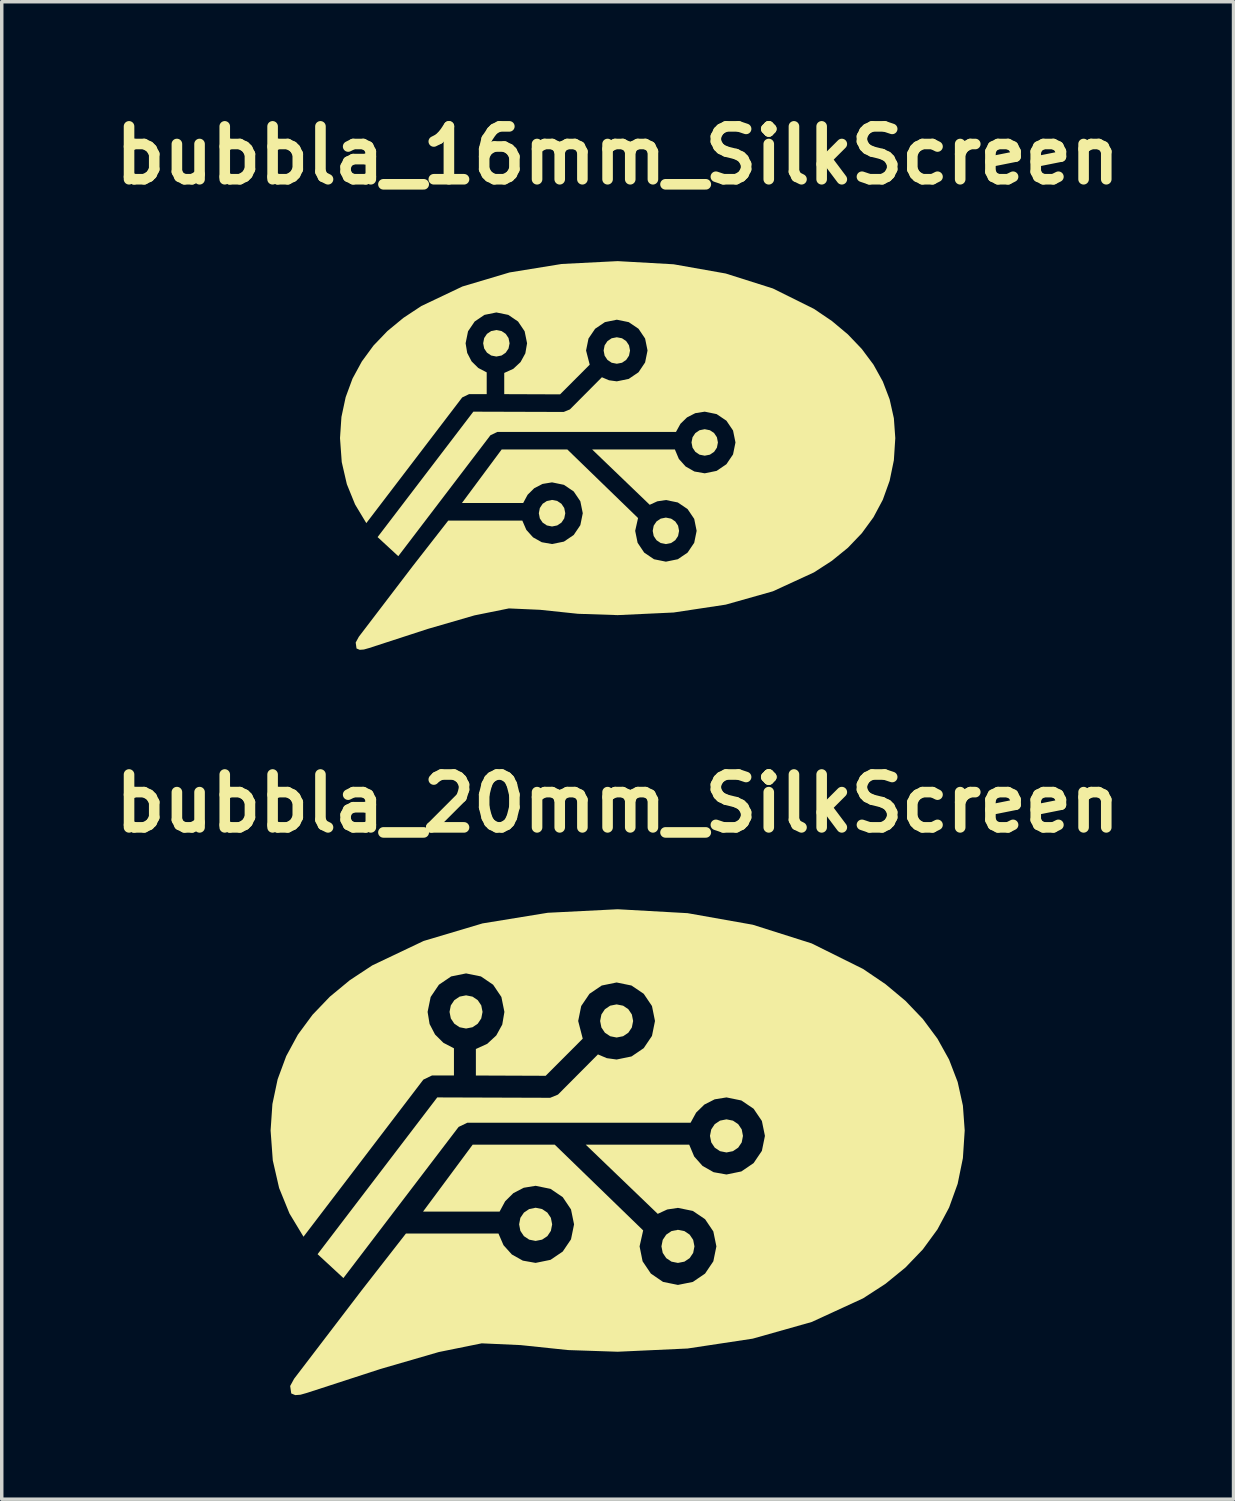
<source format=kicad_pcb>
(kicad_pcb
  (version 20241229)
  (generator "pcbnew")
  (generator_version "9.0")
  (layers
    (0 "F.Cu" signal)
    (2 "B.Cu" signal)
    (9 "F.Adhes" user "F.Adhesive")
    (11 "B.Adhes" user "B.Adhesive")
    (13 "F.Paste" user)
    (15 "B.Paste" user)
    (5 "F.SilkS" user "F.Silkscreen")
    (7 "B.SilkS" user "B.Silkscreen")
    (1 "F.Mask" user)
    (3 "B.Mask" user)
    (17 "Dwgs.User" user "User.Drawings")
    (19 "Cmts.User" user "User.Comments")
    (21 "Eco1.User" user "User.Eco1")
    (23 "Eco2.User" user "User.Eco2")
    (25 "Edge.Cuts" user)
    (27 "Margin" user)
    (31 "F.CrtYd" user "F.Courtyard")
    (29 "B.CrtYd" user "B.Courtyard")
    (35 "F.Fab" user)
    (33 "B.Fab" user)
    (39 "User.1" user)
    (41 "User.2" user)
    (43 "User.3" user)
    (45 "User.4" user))
  (footprint "bubbla_20mm_SilkScreen"
    (layer "F.Cu")
    (at 14.747 30.149)
    (property "Reference" "bubbla_20mm_SilkScreen" (at 0 -10.048 0) (layer "F.SilkS") (effects (font (size 1.524 1.524) (thickness 0.305))))
    (attr exclude_from_pos_files exclude_from_bom)
    (fp_poly (pts (xy -4.368 -4.519) (xy -4.555 -4.482) (xy -4.706 -4.38) (xy -4.807 -4.229) (xy -4.844 -4.042) (xy -4.807 -3.854) (xy -4.706 -3.702) (xy -4.555 -3.6) (xy -4.368 -3.563) (xy -4.182 -3.6) (xy -4.031 -3.702) (xy -3.93 -3.854) (xy -3.893 -4.042) (xy -3.93 -4.229) (xy -4.031 -4.38) (xy -4.182 -4.482) (xy -4.368 -4.519)) (stroke (width 0) (type solid)) (fill yes) (layer "F.SilkS"))
    (fp_poly (pts (xy -0.03 -4.258) (xy -0.216 -4.221) (xy -0.367 -4.119) (xy -0.468 -3.968) (xy -0.505 -3.78) (xy -0.468 -3.593) (xy -0.367 -3.442) (xy -0.216 -3.341) (xy -0.03 -3.304) (xy 0.157 -3.341) (xy 0.308 -3.442) (xy 0.409 -3.593) (xy 0.446 -3.78) (xy 0.409 -3.968) (xy 0.308 -4.119) (xy 0.157 -4.221) (xy -0.03 -4.258)) (stroke (width 0) (type solid)) (fill yes) (layer "F.SilkS"))
    (fp_poly (pts (xy -2.364 1.601) (xy -2.55 1.639) (xy -2.701 1.741) (xy -2.803 1.892) (xy -2.839 2.08) (xy -2.803 2.267) (xy -2.701 2.419) (xy -2.55 2.52) (xy -2.364 2.557) (xy -2.177 2.52) (xy -2.025 2.419) (xy -1.924 2.267) (xy -1.887 2.08) (xy -1.924 1.892) (xy -2.025 1.741) (xy -2.177 1.639) (xy -2.364 1.601) (xy -2.364 1.601)) (stroke (width 0) (type solid)) (fill yes) (layer "F.SilkS"))
    (fp_poly (pts (xy 1.737 2.237) (xy 1.551 2.274) (xy 1.4 2.376) (xy 1.299 2.527) (xy 1.262 2.714) (xy 1.299 2.902) (xy 1.4 3.053) (xy 1.551 3.154) (xy 1.737 3.191) (xy 1.924 3.154) (xy 2.075 3.053) (xy 2.176 2.902) (xy 2.213 2.714) (xy 2.176 2.527) (xy 2.075 2.376) (xy 1.924 2.274) (xy 1.737 2.237) (xy 1.737 2.237)) (stroke (width 0) (type solid)) (fill yes) (layer "F.SilkS"))
    (fp_poly (pts (xy 3.136 -0.946) (xy 2.949 -0.909) (xy 2.798 -0.808) (xy 2.697 -0.656) (xy 2.66 -0.469) (xy 2.697 -0.282) (xy 2.798 -0.13) (xy 2.949 -0.029) (xy 3.136 0.008) (xy 3.322 -0.029) (xy 3.473 -0.13) (xy 3.575 -0.282) (xy 3.611 -0.469) (xy 3.575 -0.656) (xy 3.473 -0.808) (xy 3.322 -0.909) (xy 3.136 -0.946) (xy 3.136 -0.946)) (stroke (width 0) (type solid)) (fill yes) (layer "F.SilkS"))
    (fp_poly (pts (xy -0.00016 -7) (xy -2.016 -6.898) (xy -3.893 -6.592) (xy -5.591 -6.086) (xy -7.071 -5.382) (xy -7.717 -4.956) (xy -8.292 -4.481) (xy -8.793 -3.958) (xy -9.214 -3.387) (xy -9.55 -2.768) (xy -9.797 -2.101) (xy -9.948 -1.386) (xy -10 -0.625) (xy -9.937 0.237) (xy -9.754 1.034) (xy -9.456 1.767) (xy -9.052 2.436) (xy -5.599 -2.09) (xy -5.35 -2.21) (xy -4.717 -2.21) (xy -4.717 -2.993) (xy -5.02 -3.151) (xy -5.261 -3.39) (xy -5.419 -3.693) (xy -5.476 -4.042) (xy -5.388 -4.472) (xy -5.15 -4.825) (xy -4.798 -5.064) (xy -4.368 -5.151) (xy -3.939 -5.064) (xy -3.588 -4.825) (xy -3.35 -4.472) (xy -3.263 -4.042) (xy -3.325 -3.677) (xy -3.497 -3.364) (xy -3.758 -3.122) (xy -4.085 -2.973) (xy -4.085 -2.209) (xy -2.074 -2.201) (xy -1.006 -3.271) (xy -1.137 -3.78) (xy -1.05 -4.211) (xy -0.811 -4.564) (xy -0.459 -4.802) (xy -0.03 -4.89) (xy 0.399 -4.802) (xy 0.751 -4.564) (xy 0.989 -4.211) (xy 1.076 -3.78) (xy 0.989 -3.35) (xy 0.751 -2.997) (xy 0.399 -2.758) (xy -0.03 -2.67) (xy -0.312 -2.709) (xy -0.568 -2.817) (xy -1.72 -1.659) (xy -1.944 -1.567) (xy -5.198 -1.578) (xy -8.646 2.939) (xy -7.902 3.627) (xy -4.582 -0.728) (xy -4.332 -0.848) (xy 2.101 -0.848) (xy 2.262 -1.141) (xy 2.499 -1.372) (xy 2.796 -1.523) (xy 3.136 -1.578) (xy 3.565 -1.49) (xy 3.917 -1.252) (xy 4.156 -0.899) (xy 4.244 -0.469) (xy 4.156 -0.038) (xy 3.917 0.315) (xy 3.565 0.555) (xy 3.136 0.643) (xy 2.765 0.577) (xy 2.447 0.397) (xy 2.205 0.124) (xy 2.062 -0.216) (xy -0.919 -0.216) (xy 1.155 1.777) (xy 1.429 1.651) (xy 1.737 1.605) (xy 2.167 1.693) (xy 2.519 1.931) (xy 2.757 2.284) (xy 2.845 2.714) (xy 2.757 3.145) (xy 2.519 3.498) (xy 2.167 3.738) (xy 1.737 3.825) (xy 1.308 3.738) (xy 0.957 3.498) (xy 0.719 3.145) (xy 0.632 2.714) (xy 0.735 2.254) (xy -1.812 -0.216) (xy -4.178 -0.216) (xy -5.608 1.713) (xy -3.402 1.713) (xy -3.242 1.415) (xy -3.005 1.18) (xy -2.706 1.025) (xy -2.364 0.969) (xy -1.934 1.057) (xy -1.582 1.296) (xy -1.344 1.65) (xy -1.256 2.08) (xy -1.344 2.511) (xy -1.582 2.863) (xy -1.934 3.102) (xy -2.364 3.19) (xy -2.732 3.125) (xy -3.048 2.948) (xy -3.289 2.68) (xy -3.434 2.345) (xy -6.101 2.345) (xy -7.386 3.993) (xy -9.322 6.528) (xy -9.436 6.737) (xy -9.405 6.952) (xy -9.29 7) (xy -9.14 6.989) (xy -8.953 6.936) (xy -6.835 6.247) (xy -5.154 5.759) (xy -3.916 5.508) (xy -2.794 5.559) (xy -1.428 5.702) (xy -0.00011 5.75) (xy 2.015 5.657) (xy 3.892 5.373) (xy 5.591 4.893) (xy 7.071 4.212) (xy 7.716 3.794) (xy 8.292 3.324) (xy 8.793 2.802) (xy 9.214 2.226) (xy 9.55 1.596) (xy 9.797 0.911) (xy 9.948 0.171) (xy 10 -0.625) (xy 9.948 -1.342) (xy 9.797 -2.023) (xy 9.55 -2.667) (xy 9.214 -3.272) (xy 8.793 -3.838) (xy 8.292 -4.362) (xy 7.716 -4.843) (xy 7.071 -5.28) (xy 5.591 -6.015) (xy 3.892 -6.554) (xy 2.015 -6.887) (xy -0.00011 -7) (xy -0.00016 -7)) (stroke (width 0) (type solid)) (fill yes) (layer "F.SilkS")))
  (footprint "bubbla_16mm_SilkScreen"
    (layer "F.Cu")
    (at 14.747 10.074)
    (property "Reference" "bubbla_16mm_SilkScreen" (at 0 -8.648 0) (layer "F.SilkS") (effects (font (size 1.524 1.524) (thickness 0.305))))
    (attr exclude_from_pos_files exclude_from_bom)
    (fp_poly (pts (xy -3.495 -3.615) (xy -3.644 -3.585) (xy -3.765 -3.504) (xy -3.846 -3.383) (xy -3.875 -3.233) (xy -3.846 -3.083) (xy -3.765 -2.962) (xy -3.644 -2.88) (xy -3.495 -2.851) (xy -3.345 -2.88) (xy -3.225 -2.962) (xy -3.144 -3.083) (xy -3.114 -3.233) (xy -3.144 -3.383) (xy -3.225 -3.504) (xy -3.345 -3.585) (xy -3.495 -3.615)) (stroke (width 0) (type solid)) (fill yes) (layer "F.SilkS"))
    (fp_poly (pts (xy -0.024 -3.406) (xy -0.173 -3.377) (xy -0.294 -3.295) (xy -0.375 -3.174) (xy -0.404 -3.024) (xy -0.375 -2.875) (xy -0.294 -2.754) (xy -0.173 -2.672) (xy -0.024 -2.643) (xy 0.126 -2.672) (xy 0.246 -2.754) (xy 0.327 -2.875) (xy 0.357 -3.024) (xy 0.327 -3.174) (xy 0.246 -3.295) (xy 0.126 -3.377) (xy -0.024 -3.406)) (stroke (width 0) (type solid)) (fill yes) (layer "F.SilkS"))
    (fp_poly (pts (xy 2.509 -0.757) (xy 2.359 -0.727) (xy 2.239 -0.646) (xy 2.158 -0.525) (xy 2.128 -0.375) (xy 2.158 -0.225) (xy 2.239 -0.104) (xy 2.359 -0.023) (xy 2.509 0.006) (xy 2.658 -0.023) (xy 2.779 -0.104) (xy 2.86 -0.225) (xy 2.889 -0.375) (xy 2.86 -0.525) (xy 2.779 -0.646) (xy 2.658 -0.727) (xy 2.509 -0.757)) (stroke (width 0) (type solid)) (fill yes) (layer "F.SilkS"))
    (fp_poly (pts (xy -1.891 1.281) (xy -2.04 1.311) (xy -2.161 1.392) (xy -2.242 1.514) (xy -2.271 1.664) (xy -2.242 1.814) (xy -2.161 1.935) (xy -2.04 2.016) (xy -1.891 2.046) (xy -1.741 2.016) (xy -1.62 1.935) (xy -1.539 1.814) (xy -1.509 1.664) (xy -1.539 1.514) (xy -1.62 1.392) (xy -1.741 1.311) (xy -1.891 1.281) (xy -1.891 1.281)) (stroke (width 0) (type solid)) (fill yes) (layer "F.SilkS"))
    (fp_poly (pts (xy 1.39 1.79) (xy 1.24 1.82) (xy 1.12 1.901) (xy 1.039 2.022) (xy 1.01 2.172) (xy 1.039 2.321) (xy 1.12 2.442) (xy 1.24 2.523) (xy 1.39 2.553) (xy 1.539 2.523) (xy 1.66 2.442) (xy 1.741 2.321) (xy 1.77 2.172) (xy 1.741 2.022) (xy 1.66 1.901) (xy 1.539 1.82) (xy 1.39 1.79) (xy 1.39 1.79)) (stroke (width 0) (type solid)) (fill yes) (layer "F.SilkS"))
    (fp_poly (pts (xy -0.000128 -5.6) (xy -1.612 -5.518) (xy -3.114 -5.274) (xy -4.473 -4.869) (xy -5.657 -4.306) (xy -6.173 -3.965) (xy -6.634 -3.585) (xy -7.035 -3.167) (xy -7.371 -2.709) (xy -7.64 -2.214) (xy -7.837 -1.68) (xy -7.959 -1.109) (xy -8 -0.5) (xy -7.95 0.19) (xy -7.803 0.827) (xy -7.565 1.413) (xy -7.242 1.949) (xy -4.479 -1.672) (xy -4.28 -1.768) (xy -3.773 -1.768) (xy -3.773 -2.394) (xy -4.016 -2.521) (xy -4.209 -2.712) (xy -4.335 -2.955) (xy -4.381 -3.233) (xy -4.311 -3.578) (xy -4.12 -3.86) (xy -3.838 -4.051) (xy -3.495 -4.121) (xy -3.151 -4.051) (xy -2.87 -3.86) (xy -2.68 -3.578) (xy -2.61 -3.233) (xy -2.66 -2.942) (xy -2.798 -2.691) (xy -3.006 -2.497) (xy -3.268 -2.378) (xy -3.268 -1.767) (xy -1.659 -1.761) (xy -0.805 -2.616) (xy -0.91 -3.024) (xy -0.84 -3.369) (xy -0.649 -3.651) (xy -0.367 -3.842) (xy -0.024 -3.912) (xy 0.319 -3.842) (xy 0.601 -3.651) (xy 0.791 -3.369) (xy 0.861 -3.024) (xy 0.791 -2.68) (xy 0.601 -2.397) (xy 0.319 -2.206) (xy -0.024 -2.136) (xy -0.25 -2.167) (xy -0.454 -2.254) (xy -1.376 -1.327) (xy -1.555 -1.254) (xy -4.158 -1.262) (xy -6.917 2.352) (xy -6.321 2.902) (xy -3.665 -0.583) (xy -3.465 -0.679) (xy 1.681 -0.679) (xy 1.81 -0.913) (xy 1.999 -1.097) (xy 2.237 -1.219) (xy 2.509 -1.262) (xy 2.852 -1.192) (xy 3.134 -1.002) (xy 3.325 -0.719) (xy 3.395 -0.375) (xy 3.325 -0.031) (xy 3.134 0.252) (xy 2.852 0.444) (xy 2.509 0.514) (xy 2.212 0.462) (xy 1.958 0.317) (xy 1.764 0.1) (xy 1.649 -0.173) (xy -0.735 -0.173) (xy 0.924 1.421) (xy 1.143 1.321) (xy 1.39 1.284) (xy 1.733 1.354) (xy 2.015 1.545) (xy 2.206 1.827) (xy 2.276 2.172) (xy 2.206 2.516) (xy 2.015 2.799) (xy 1.733 2.99) (xy 1.39 3.06) (xy 1.047 2.99) (xy 0.765 2.799) (xy 0.575 2.516) (xy 0.505 2.172) (xy 0.588 1.803) (xy -1.45 -0.173) (xy -3.342 -0.173) (xy -4.487 1.37) (xy -2.722 1.37) (xy -2.594 1.132) (xy -2.404 0.944) (xy -2.165 0.82) (xy -1.891 0.775) (xy -1.548 0.846) (xy -1.266 1.037) (xy -1.075 1.32) (xy -1.005 1.664) (xy -1.075 2.008) (xy -1.266 2.291) (xy -1.548 2.482) (xy -1.891 2.552) (xy -2.186 2.5) (xy -2.438 2.359) (xy -2.631 2.144) (xy -2.747 1.876) (xy -4.881 1.876) (xy -5.909 3.194) (xy -7.457 5.223) (xy -7.548 5.39) (xy -7.524 5.561) (xy -7.432 5.6) (xy -7.312 5.591) (xy -7.163 5.549) (xy -5.468 4.997) (xy -4.123 4.607) (xy -3.133 4.407) (xy -2.235 4.447) (xy -1.143 4.562) (xy -0.000088 4.6) (xy 1.612 4.525) (xy 3.114 4.298) (xy 4.473 3.914) (xy 5.657 3.369) (xy 6.173 3.035) (xy 6.634 2.66) (xy 7.034 2.242) (xy 7.371 1.781) (xy 7.64 1.277) (xy 7.837 0.729) (xy 7.959 0.137) (xy 8 -0.5) (xy 7.959 -1.073) (xy 7.837 -1.618) (xy 7.64 -2.133) (xy 7.371 -2.618) (xy 7.034 -3.07) (xy 6.634 -3.489) (xy 6.173 -3.875) (xy 5.657 -4.224) (xy 4.473 -4.812) (xy 3.114 -5.243) (xy 1.612 -5.509) (xy -0.000088 -5.6) (xy -0.000128 -5.6)) (stroke (width 0) (type solid)) (fill yes) (layer "F.SilkS")))
  (gr_rect
    (start -3 -3)
    (end 32.493 40.149)
    (stroke (width 0.1) (type default))
    (fill no)
    (layer "Edge.Cuts")))
</source>
